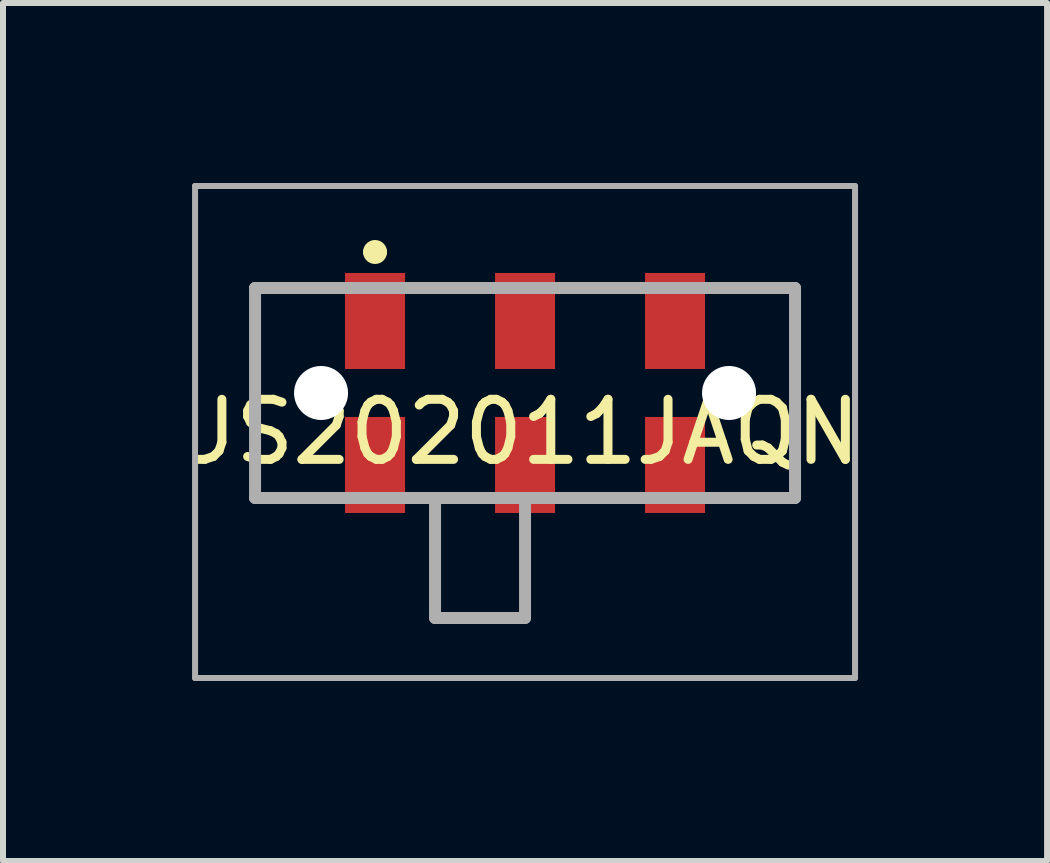
<source format=kicad_pcb>
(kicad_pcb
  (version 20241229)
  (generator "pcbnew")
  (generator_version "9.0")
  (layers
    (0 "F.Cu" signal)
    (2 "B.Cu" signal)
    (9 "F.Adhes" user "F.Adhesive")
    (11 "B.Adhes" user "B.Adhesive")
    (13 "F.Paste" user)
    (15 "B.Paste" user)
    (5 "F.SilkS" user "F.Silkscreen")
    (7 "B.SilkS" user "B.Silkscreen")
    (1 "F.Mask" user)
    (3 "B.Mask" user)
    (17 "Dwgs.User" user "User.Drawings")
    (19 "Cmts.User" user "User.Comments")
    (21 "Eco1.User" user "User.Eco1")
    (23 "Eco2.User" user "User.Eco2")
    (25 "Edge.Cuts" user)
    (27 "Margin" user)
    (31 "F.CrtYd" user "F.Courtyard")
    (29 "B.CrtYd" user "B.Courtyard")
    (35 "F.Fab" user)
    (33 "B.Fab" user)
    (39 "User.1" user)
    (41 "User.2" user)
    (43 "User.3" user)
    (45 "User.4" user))
  (footprint "JS202011JAQN"
    (layer "F.Cu")
    (at 5.701 3.5)
    (property "Reference" "JS202011JAQN" (at 0 0.651 0) (layer "F.SilkS") (effects (font (size 1.001 1.001) (thickness 0.15))))
    (attr smd)
    (fp_line (start -4.5 -1.75) (end -4.5 1.75) (stroke (width 0.1) (type solid)) (layer "F.SilkS"))
    (fp_line (start -4.5 1.75) (end -3.5 1.75) (stroke (width 0.1) (type solid)) (layer "F.SilkS"))
    (fp_line (start -3.5 -1.75) (end -4.5 -1.75) (stroke (width 0.1) (type solid)) (layer "F.SilkS"))
    (fp_line (start -1.5 1.75) (end -1.5 3.75) (stroke (width 0.1) (type solid)) (layer "F.SilkS"))
    (fp_line (start -1.5 3.75) (end 0 3.75) (stroke (width 0.1) (type solid)) (layer "F.SilkS"))
    (fp_line (start 0 3.75) (end 0 2.25) (stroke (width 0.1) (type solid)) (layer "F.SilkS"))
    (fp_line (start 3.5 -1.75) (end 4.5 -1.75) (stroke (width 0.1) (type solid)) (layer "F.SilkS"))
    (fp_line (start 4.5 -1.75) (end 4.5 1.75) (stroke (width 0.1) (type solid)) (layer "F.SilkS"))
    (fp_line (start 4.5 1.75) (end 3.5 1.75) (stroke (width 0.1) (type solid)) (layer "F.SilkS"))
    (fp_arc (start -2.6 -2.35) (mid -2.5 -2.45) (end -2.4 -2.35) (stroke (width 0.2) (type solid)) (layer "F.SilkS"))
    (fp_arc (start -2.4 -2.35) (mid -2.5 -2.25) (end -2.6 -2.35) (stroke (width 0.2) (type solid)) (layer "F.SilkS"))
    (fp_line (start -5.5 -3.45) (end 5.5 -3.45) (stroke (width 0.1) (type solid)) (layer "F.Fab"))
    (fp_line (start -5.5 4.75) (end -5.5 -3.45) (stroke (width 0.1) (type solid)) (layer "F.Fab"))
    (fp_line (start -4.5 -1.75) (end 4.5 -1.75) (stroke (width 0.2) (type solid)) (layer "F.Fab"))
    (fp_line (start -4.5 1.75) (end -4.5 -1.75) (stroke (width 0.2) (type solid)) (layer "F.Fab"))
    (fp_line (start -1.5 3.75) (end -1.5 1.75) (stroke (width 0.2) (type solid)) (layer "F.Fab"))
    (fp_line (start 0 1.75) (end 0 3.75) (stroke (width 0.2) (type solid)) (layer "F.Fab"))
    (fp_line (start 0 3.75) (end -1.5 3.75) (stroke (width 0.2) (type solid)) (layer "F.Fab"))
    (fp_line (start 4.5 -1.75) (end 4.5 1.75) (stroke (width 0.2) (type solid)) (layer "F.Fab"))
    (fp_line (start 4.5 1.75) (end -4.5 1.75) (stroke (width 0.2) (type solid)) (layer "F.Fab"))
    (fp_line (start 5.5 -3.45) (end 5.5 4.75) (stroke (width 0.1) (type solid)) (layer "F.Fab"))
    (fp_line (start 5.5 4.75) (end -5.5 4.75) (stroke (width 0.1) (type solid)) (layer "F.Fab"))
    (pad "" np_thru_hole circle (at -3.4 0) (size 0.9 0.9) (drill 0.9) (layers "*.Cu" "*.Mask"))
    (pad "" np_thru_hole circle (at 3.4 0) (size 0.9 0.9) (drill 0.9) (layers "*.Cu" "*.Mask"))
    (pad "1" smd rect (at -2.5 -1.2 90) (size 1.6 1) (layers "F.Cu" "F.Mask" "F.Paste"))
    (pad "2" smd rect (at 0 -1.2 90) (size 1.6 1) (layers "F.Cu" "F.Mask" "F.Paste"))
    (pad "3" smd rect (at 2.5 -1.2 90) (size 1.6 1) (layers "F.Cu" "F.Mask" "F.Paste"))
    (pad "5" smd rect (at -2.5 1.2 90) (size 1.6 1) (layers "F.Cu" "F.Mask" "F.Paste"))
    (pad "6" smd rect (at 0 1.2 90) (size 1.6 1) (layers "F.Cu" "F.Mask" "F.Paste"))
    (pad "7" smd rect (at 2.5 1.2 90) (size 1.6 1) (layers "F.Cu" "F.Mask" "F.Paste")))
  (gr_rect
    (start -3 -3)
    (end 14.402 11.3)
    (stroke (width 0.1) (type default))
    (fill no)
    (layer "Edge.Cuts")))
</source>
